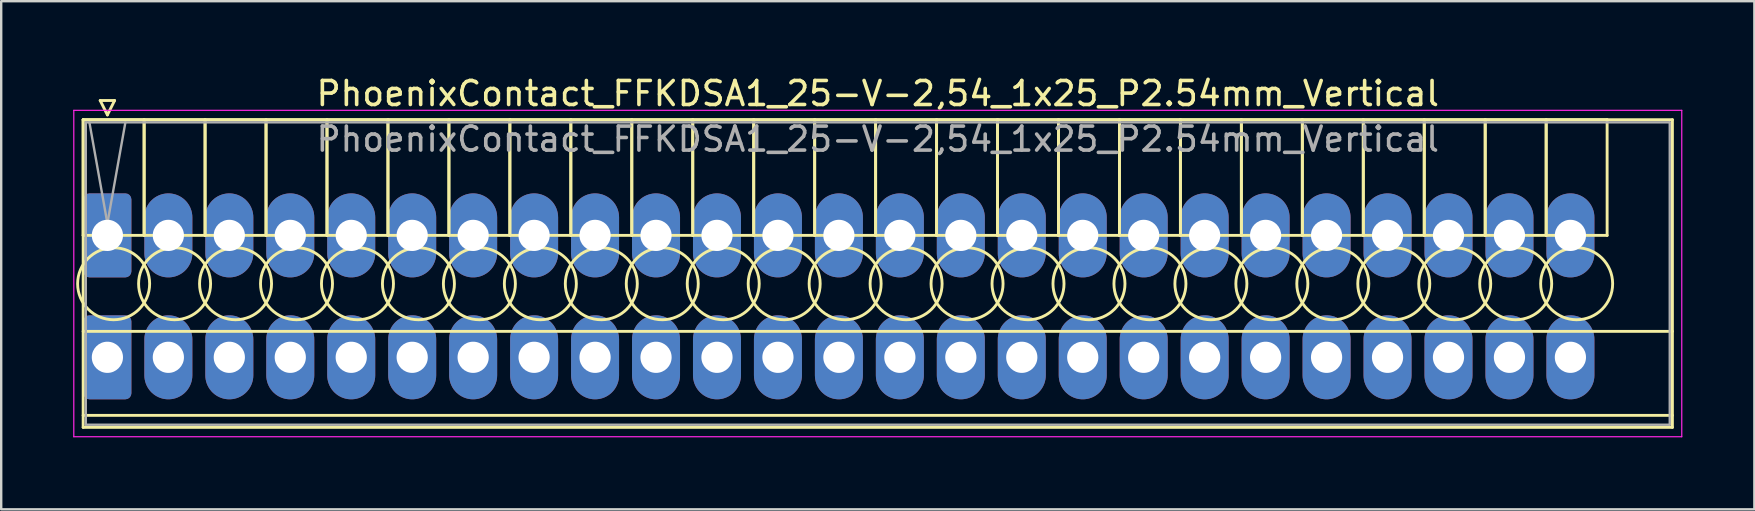
<source format=kicad_pcb>
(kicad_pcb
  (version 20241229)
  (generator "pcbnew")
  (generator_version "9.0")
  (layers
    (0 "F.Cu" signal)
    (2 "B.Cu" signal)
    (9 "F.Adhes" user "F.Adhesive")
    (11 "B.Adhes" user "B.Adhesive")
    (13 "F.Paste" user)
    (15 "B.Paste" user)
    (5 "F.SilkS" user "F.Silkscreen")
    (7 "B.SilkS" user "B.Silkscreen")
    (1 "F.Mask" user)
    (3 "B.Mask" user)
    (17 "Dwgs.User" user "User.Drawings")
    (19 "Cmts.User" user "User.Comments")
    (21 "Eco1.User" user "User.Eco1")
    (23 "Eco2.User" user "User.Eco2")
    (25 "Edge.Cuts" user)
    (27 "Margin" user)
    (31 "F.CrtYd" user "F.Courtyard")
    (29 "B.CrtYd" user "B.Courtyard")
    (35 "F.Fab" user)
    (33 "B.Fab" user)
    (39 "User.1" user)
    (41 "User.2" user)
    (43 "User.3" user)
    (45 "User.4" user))
  (footprint "PhoenixContact_FFKDSA1_25-V-2,54_1x25_P2.54mm_Vertical"
    (layer "F.Cu")
    (at 1.425 6.758)
    (property "Reference" "PhoenixContact_FFKDSA1_25-V-2,54_1x25_P2.54mm_Vertical" (at 32.1 -5.91 0) (layer "F.SilkS") (effects (font (size 1 1) (thickness 0.15))))
    (attr through_hole)
    (fp_line (start -1.01 -4.82) (end -1.01 0) (stroke (width 0.12) (type solid)) (layer "F.SilkS"))
    (fp_line (start -1.01 -4.82) (end -1.01 8) (stroke (width 0.12) (type solid)) (layer "F.SilkS"))
    (fp_line (start -1.01 0) (end 1.53 0) (stroke (width 0.12) (type solid)) (layer "F.SilkS"))
    (fp_line (start -1.01 4) (end 65.21 4) (stroke (width 0.12) (type solid)) (layer "F.SilkS"))
    (fp_line (start -1.01 7.5) (end 65.21 7.5) (stroke (width 0.12) (type solid)) (layer "F.SilkS"))
    (fp_line (start -1.01 8) (end 65.21 8) (stroke (width 0.12) (type solid)) (layer "F.SilkS"))
    (fp_line (start -0.3 -5.62) (end 0.3 -5.62) (stroke (width 0.12) (type solid)) (layer "F.SilkS"))
    (fp_line (start 0 -5.02) (end -0.3 -5.62) (stroke (width 0.12) (type solid)) (layer "F.SilkS"))
    (fp_line (start 0.3 -5.62) (end 0 -5.02) (stroke (width 0.12) (type solid)) (layer "F.SilkS"))
    (fp_line (start 1.53 -4.82) (end -1.01 -4.82) (stroke (width 0.12) (type solid)) (layer "F.SilkS"))
    (fp_line (start 1.53 -4.82) (end 1.53 0) (stroke (width 0.12) (type solid)) (layer "F.SilkS"))
    (fp_line (start 1.53 0) (end 1.53 -4.82) (stroke (width 0.12) (type solid)) (layer "F.SilkS"))
    (fp_line (start 1.53 0) (end 4.07 0) (stroke (width 0.12) (type solid)) (layer "F.SilkS"))
    (fp_line (start 4.07 -4.82) (end 1.53 -4.82) (stroke (width 0.12) (type solid)) (layer "F.SilkS"))
    (fp_line (start 4.07 -4.82) (end 4.07 0) (stroke (width 0.12) (type solid)) (layer "F.SilkS"))
    (fp_line (start 4.07 0) (end 4.07 -4.82) (stroke (width 0.12) (type solid)) (layer "F.SilkS"))
    (fp_line (start 4.07 0) (end 6.61 0) (stroke (width 0.12) (type solid)) (layer "F.SilkS"))
    (fp_line (start 6.61 -4.82) (end 4.07 -4.82) (stroke (width 0.12) (type solid)) (layer "F.SilkS"))
    (fp_line (start 6.61 -4.82) (end 6.61 0) (stroke (width 0.12) (type solid)) (layer "F.SilkS"))
    (fp_line (start 6.61 0) (end 6.61 -4.82) (stroke (width 0.12) (type solid)) (layer "F.SilkS"))
    (fp_line (start 6.61 0) (end 9.15 0) (stroke (width 0.12) (type solid)) (layer "F.SilkS"))
    (fp_line (start 9.15 -4.82) (end 6.61 -4.82) (stroke (width 0.12) (type solid)) (layer "F.SilkS"))
    (fp_line (start 9.15 -4.82) (end 9.15 0) (stroke (width 0.12) (type solid)) (layer "F.SilkS"))
    (fp_line (start 9.15 0) (end 9.15 -4.82) (stroke (width 0.12) (type solid)) (layer "F.SilkS"))
    (fp_line (start 9.15 0) (end 11.69 0) (stroke (width 0.12) (type solid)) (layer "F.SilkS"))
    (fp_line (start 11.69 -4.82) (end 9.15 -4.82) (stroke (width 0.12) (type solid)) (layer "F.SilkS"))
    (fp_line (start 11.69 -4.82) (end 11.69 0) (stroke (width 0.12) (type solid)) (layer "F.SilkS"))
    (fp_line (start 11.69 0) (end 11.69 -4.82) (stroke (width 0.12) (type solid)) (layer "F.SilkS"))
    (fp_line (start 11.69 0) (end 14.23 0) (stroke (width 0.12) (type solid)) (layer "F.SilkS"))
    (fp_line (start 14.23 -4.82) (end 11.69 -4.82) (stroke (width 0.12) (type solid)) (layer "F.SilkS"))
    (fp_line (start 14.23 -4.82) (end 14.23 0) (stroke (width 0.12) (type solid)) (layer "F.SilkS"))
    (fp_line (start 14.23 0) (end 14.23 -4.82) (stroke (width 0.12) (type solid)) (layer "F.SilkS"))
    (fp_line (start 14.23 0) (end 16.77 0) (stroke (width 0.12) (type solid)) (layer "F.SilkS"))
    (fp_line (start 16.77 -4.82) (end 14.23 -4.82) (stroke (width 0.12) (type solid)) (layer "F.SilkS"))
    (fp_line (start 16.77 -4.82) (end 16.77 0) (stroke (width 0.12) (type solid)) (layer "F.SilkS"))
    (fp_line (start 16.77 0) (end 16.77 -4.82) (stroke (width 0.12) (type solid)) (layer "F.SilkS"))
    (fp_line (start 16.77 0) (end 19.31 0) (stroke (width 0.12) (type solid)) (layer "F.SilkS"))
    (fp_line (start 19.31 -4.82) (end 16.77 -4.82) (stroke (width 0.12) (type solid)) (layer "F.SilkS"))
    (fp_line (start 19.31 -4.82) (end 19.31 0) (stroke (width 0.12) (type solid)) (layer "F.SilkS"))
    (fp_line (start 19.31 0) (end 19.31 -4.82) (stroke (width 0.12) (type solid)) (layer "F.SilkS"))
    (fp_line (start 19.31 0) (end 21.85 0) (stroke (width 0.12) (type solid)) (layer "F.SilkS"))
    (fp_line (start 21.85 -4.82) (end 19.31 -4.82) (stroke (width 0.12) (type solid)) (layer "F.SilkS"))
    (fp_line (start 21.85 -4.82) (end 21.85 0) (stroke (width 0.12) (type solid)) (layer "F.SilkS"))
    (fp_line (start 21.85 0) (end 21.85 -4.82) (stroke (width 0.12) (type solid)) (layer "F.SilkS"))
    (fp_line (start 21.85 0) (end 24.39 0) (stroke (width 0.12) (type solid)) (layer "F.SilkS"))
    (fp_line (start 24.39 -4.82) (end 21.85 -4.82) (stroke (width 0.12) (type solid)) (layer "F.SilkS"))
    (fp_line (start 24.39 -4.82) (end 24.39 0) (stroke (width 0.12) (type solid)) (layer "F.SilkS"))
    (fp_line (start 24.39 0) (end 24.39 -4.82) (stroke (width 0.12) (type solid)) (layer "F.SilkS"))
    (fp_line (start 24.39 0) (end 26.93 0) (stroke (width 0.12) (type solid)) (layer "F.SilkS"))
    (fp_line (start 26.93 -4.82) (end 24.39 -4.82) (stroke (width 0.12) (type solid)) (layer "F.SilkS"))
    (fp_line (start 26.93 -4.82) (end 26.93 0) (stroke (width 0.12) (type solid)) (layer "F.SilkS"))
    (fp_line (start 26.93 0) (end 26.93 -4.82) (stroke (width 0.12) (type solid)) (layer "F.SilkS"))
    (fp_line (start 26.93 0) (end 29.47 0) (stroke (width 0.12) (type solid)) (layer "F.SilkS"))
    (fp_line (start 29.47 -4.82) (end 26.93 -4.82) (stroke (width 0.12) (type solid)) (layer "F.SilkS"))
    (fp_line (start 29.47 -4.82) (end 29.47 0) (stroke (width 0.12) (type solid)) (layer "F.SilkS"))
    (fp_line (start 29.47 0) (end 29.47 -4.82) (stroke (width 0.12) (type solid)) (layer "F.SilkS"))
    (fp_line (start 29.47 0) (end 32.01 0) (stroke (width 0.12) (type solid)) (layer "F.SilkS"))
    (fp_line (start 32.01 -4.82) (end 29.47 -4.82) (stroke (width 0.12) (type solid)) (layer "F.SilkS"))
    (fp_line (start 32.01 -4.82) (end 32.01 0) (stroke (width 0.12) (type solid)) (layer "F.SilkS"))
    (fp_line (start 32.01 0) (end 32.01 -4.82) (stroke (width 0.12) (type solid)) (layer "F.SilkS"))
    (fp_line (start 32.01 0) (end 34.55 0) (stroke (width 0.12) (type solid)) (layer "F.SilkS"))
    (fp_line (start 34.55 -4.82) (end 32.01 -4.82) (stroke (width 0.12) (type solid)) (layer "F.SilkS"))
    (fp_line (start 34.55 -4.82) (end 34.55 0) (stroke (width 0.12) (type solid)) (layer "F.SilkS"))
    (fp_line (start 34.55 0) (end 34.55 -4.82) (stroke (width 0.12) (type solid)) (layer "F.SilkS"))
    (fp_line (start 34.55 0) (end 37.09 0) (stroke (width 0.12) (type solid)) (layer "F.SilkS"))
    (fp_line (start 37.09 -4.82) (end 34.55 -4.82) (stroke (width 0.12) (type solid)) (layer "F.SilkS"))
    (fp_line (start 37.09 -4.82) (end 37.09 0) (stroke (width 0.12) (type solid)) (layer "F.SilkS"))
    (fp_line (start 37.09 0) (end 37.09 -4.82) (stroke (width 0.12) (type solid)) (layer "F.SilkS"))
    (fp_line (start 37.09 0) (end 39.63 0) (stroke (width 0.12) (type solid)) (layer "F.SilkS"))
    (fp_line (start 39.63 -4.82) (end 37.09 -4.82) (stroke (width 0.12) (type solid)) (layer "F.SilkS"))
    (fp_line (start 39.63 -4.82) (end 39.63 0) (stroke (width 0.12) (type solid)) (layer "F.SilkS"))
    (fp_line (start 39.63 0) (end 39.63 -4.82) (stroke (width 0.12) (type solid)) (layer "F.SilkS"))
    (fp_line (start 39.63 0) (end 42.17 0) (stroke (width 0.12) (type solid)) (layer "F.SilkS"))
    (fp_line (start 42.17 -4.82) (end 39.63 -4.82) (stroke (width 0.12) (type solid)) (layer "F.SilkS"))
    (fp_line (start 42.17 -4.82) (end 42.17 0) (stroke (width 0.12) (type solid)) (layer "F.SilkS"))
    (fp_line (start 42.17 0) (end 42.17 -4.82) (stroke (width 0.12) (type solid)) (layer "F.SilkS"))
    (fp_line (start 42.17 0) (end 44.71 0) (stroke (width 0.12) (type solid)) (layer "F.SilkS"))
    (fp_line (start 44.71 -4.82) (end 42.17 -4.82) (stroke (width 0.12) (type solid)) (layer "F.SilkS"))
    (fp_line (start 44.71 -4.82) (end 44.71 0) (stroke (width 0.12) (type solid)) (layer "F.SilkS"))
    (fp_line (start 44.71 0) (end 44.71 -4.82) (stroke (width 0.12) (type solid)) (layer "F.SilkS"))
    (fp_line (start 44.71 0) (end 47.25 0) (stroke (width 0.12) (type solid)) (layer "F.SilkS"))
    (fp_line (start 47.25 -4.82) (end 44.71 -4.82) (stroke (width 0.12) (type solid)) (layer "F.SilkS"))
    (fp_line (start 47.25 -4.82) (end 47.25 0) (stroke (width 0.12) (type solid)) (layer "F.SilkS"))
    (fp_line (start 47.25 0) (end 47.25 -4.82) (stroke (width 0.12) (type solid)) (layer "F.SilkS"))
    (fp_line (start 47.25 0) (end 49.79 0) (stroke (width 0.12) (type solid)) (layer "F.SilkS"))
    (fp_line (start 49.79 -4.82) (end 47.25 -4.82) (stroke (width 0.12) (type solid)) (layer "F.SilkS"))
    (fp_line (start 49.79 -4.82) (end 49.79 0) (stroke (width 0.12) (type solid)) (layer "F.SilkS"))
    (fp_line (start 49.79 0) (end 49.79 -4.82) (stroke (width 0.12) (type solid)) (layer "F.SilkS"))
    (fp_line (start 49.79 0) (end 52.33 0) (stroke (width 0.12) (type solid)) (layer "F.SilkS"))
    (fp_line (start 52.33 -4.82) (end 49.79 -4.82) (stroke (width 0.12) (type solid)) (layer "F.SilkS"))
    (fp_line (start 52.33 -4.82) (end 52.33 0) (stroke (width 0.12) (type solid)) (layer "F.SilkS"))
    (fp_line (start 52.33 0) (end 52.33 -4.82) (stroke (width 0.12) (type solid)) (layer "F.SilkS"))
    (fp_line (start 52.33 0) (end 54.87 0) (stroke (width 0.12) (type solid)) (layer "F.SilkS"))
    (fp_line (start 54.87 -4.82) (end 52.33 -4.82) (stroke (width 0.12) (type solid)) (layer "F.SilkS"))
    (fp_line (start 54.87 -4.82) (end 54.87 0) (stroke (width 0.12) (type solid)) (layer "F.SilkS"))
    (fp_line (start 54.87 0) (end 54.87 -4.82) (stroke (width 0.12) (type solid)) (layer "F.SilkS"))
    (fp_line (start 54.87 0) (end 57.41 0) (stroke (width 0.12) (type solid)) (layer "F.SilkS"))
    (fp_line (start 57.41 -4.82) (end 54.87 -4.82) (stroke (width 0.12) (type solid)) (layer "F.SilkS"))
    (fp_line (start 57.41 -4.82) (end 57.41 0) (stroke (width 0.12) (type solid)) (layer "F.SilkS"))
    (fp_line (start 57.41 0) (end 57.41 -4.82) (stroke (width 0.12) (type solid)) (layer "F.SilkS"))
    (fp_line (start 57.41 0) (end 59.95 0) (stroke (width 0.12) (type solid)) (layer "F.SilkS"))
    (fp_line (start 59.95 -4.82) (end 57.41 -4.82) (stroke (width 0.12) (type solid)) (layer "F.SilkS"))
    (fp_line (start 59.95 -4.82) (end 59.95 0) (stroke (width 0.12) (type solid)) (layer "F.SilkS"))
    (fp_line (start 59.95 0) (end 59.95 -4.82) (stroke (width 0.12) (type solid)) (layer "F.SilkS"))
    (fp_line (start 59.95 0) (end 62.49 0) (stroke (width 0.12) (type solid)) (layer "F.SilkS"))
    (fp_line (start 62.49 -4.82) (end 59.95 -4.82) (stroke (width 0.12) (type solid)) (layer "F.SilkS"))
    (fp_line (start 62.49 0) (end 62.49 -4.82) (stroke (width 0.12) (type solid)) (layer "F.SilkS"))
    (fp_line (start 65.21 -4.82) (end -1.01 -4.82) (stroke (width 0.12) (type solid)) (layer "F.SilkS"))
    (fp_line (start 65.21 8) (end 65.21 -4.82) (stroke (width 0.12) (type solid)) (layer "F.SilkS"))
    (fp_circle (center 0.26 2.015) (end 1.76 2.015) (stroke (width 0.12) (type solid)) (fill no) (layer "F.SilkS"))
    (fp_circle (center 2.8 2.015) (end 4.3 2.015) (stroke (width 0.12) (type solid)) (fill no) (layer "F.SilkS"))
    (fp_circle (center 5.34 2.015) (end 6.84 2.015) (stroke (width 0.12) (type solid)) (fill no) (layer "F.SilkS"))
    (fp_circle (center 7.88 2.015) (end 9.38 2.015) (stroke (width 0.12) (type solid)) (fill no) (layer "F.SilkS"))
    (fp_circle (center 10.42 2.015) (end 11.92 2.015) (stroke (width 0.12) (type solid)) (fill no) (layer "F.SilkS"))
    (fp_circle (center 12.96 2.015) (end 14.46 2.015) (stroke (width 0.12) (type solid)) (fill no) (layer "F.SilkS"))
    (fp_circle (center 15.5 2.015) (end 17 2.015) (stroke (width 0.12) (type solid)) (fill no) (layer "F.SilkS"))
    (fp_circle (center 18.04 2.015) (end 19.54 2.015) (stroke (width 0.12) (type solid)) (fill no) (layer "F.SilkS"))
    (fp_circle (center 20.58 2.015) (end 22.08 2.015) (stroke (width 0.12) (type solid)) (fill no) (layer "F.SilkS"))
    (fp_circle (center 23.12 2.015) (end 24.62 2.015) (stroke (width 0.12) (type solid)) (fill no) (layer "F.SilkS"))
    (fp_circle (center 25.66 2.015) (end 27.16 2.015) (stroke (width 0.12) (type solid)) (fill no) (layer "F.SilkS"))
    (fp_circle (center 28.2 2.015) (end 29.7 2.015) (stroke (width 0.12) (type solid)) (fill no) (layer "F.SilkS"))
    (fp_circle (center 30.74 2.015) (end 32.24 2.015) (stroke (width 0.12) (type solid)) (fill no) (layer "F.SilkS"))
    (fp_circle (center 33.28 2.015) (end 34.78 2.015) (stroke (width 0.12) (type solid)) (fill no) (layer "F.SilkS"))
    (fp_circle (center 35.82 2.015) (end 37.32 2.015) (stroke (width 0.12) (type solid)) (fill no) (layer "F.SilkS"))
    (fp_circle (center 38.36 2.015) (end 39.86 2.015) (stroke (width 0.12) (type solid)) (fill no) (layer "F.SilkS"))
    (fp_circle (center 40.9 2.015) (end 42.4 2.015) (stroke (width 0.12) (type solid)) (fill no) (layer "F.SilkS"))
    (fp_circle (center 43.44 2.015) (end 44.94 2.015) (stroke (width 0.12) (type solid)) (fill no) (layer "F.SilkS"))
    (fp_circle (center 45.98 2.015) (end 47.48 2.015) (stroke (width 0.12) (type solid)) (fill no) (layer "F.SilkS"))
    (fp_circle (center 48.52 2.015) (end 50.02 2.015) (stroke (width 0.12) (type solid)) (fill no) (layer "F.SilkS"))
    (fp_circle (center 51.06 2.015) (end 52.56 2.015) (stroke (width 0.12) (type solid)) (fill no) (layer "F.SilkS"))
    (fp_circle (center 53.6 2.015) (end 55.1 2.015) (stroke (width 0.12) (type solid)) (fill no) (layer "F.SilkS"))
    (fp_circle (center 56.14 2.015) (end 57.64 2.015) (stroke (width 0.12) (type solid)) (fill no) (layer "F.SilkS"))
    (fp_circle (center 58.68 2.015) (end 60.18 2.015) (stroke (width 0.12) (type solid)) (fill no) (layer "F.SilkS"))
    (fp_circle (center 61.22 2.015) (end 62.72 2.015) (stroke (width 0.12) (type solid)) (fill no) (layer "F.SilkS"))
    (fp_line (start -1.4 -5.21) (end -1.4 8.39) (stroke (width 0.05) (type solid)) (layer "F.CrtYd"))
    (fp_line (start -1.4 8.39) (end 65.6 8.39) (stroke (width 0.05) (type solid)) (layer "F.CrtYd"))
    (fp_line (start 65.6 -5.21) (end -1.4 -5.21) (stroke (width 0.05) (type solid)) (layer "F.CrtYd"))
    (fp_line (start 65.6 8.39) (end 65.6 -5.21) (stroke (width 0.05) (type solid)) (layer "F.CrtYd"))
    (fp_line (start -0.9 -4.71) (end -0.9 7.89) (stroke (width 0.1) (type solid)) (layer "F.Fab"))
    (fp_line (start -0.9 7.89) (end 65.1 7.89) (stroke (width 0.1) (type solid)) (layer "F.Fab"))
    (fp_line (start 0 -0.5) (end -0.75 -4.71) (stroke (width 0.1) (type solid)) (layer "F.Fab"))
    (fp_line (start 0.75 -4.71) (end 0 -0.5) (stroke (width 0.1) (type solid)) (layer "F.Fab"))
    (fp_line (start 65.1 -4.71) (end -0.9 -4.71) (stroke (width 0.1) (type solid)) (layer "F.Fab"))
    (fp_line (start 65.1 7.89) (end 65.1 -4.71) (stroke (width 0.1) (type solid)) (layer "F.Fab"))
    (fp_text user "${REFERENCE}" (at 32.1 -4.01 0) (layer "F.Fab") (effects (font (size 1 1) (thickness 0.15))))
    (pad "1" thru_hole roundrect (at 0 0) (size 2 3.5) (drill 1.3) (layers "*.Cu" "*.Mask") (roundrect_rratio 0.125))
    (pad "1" thru_hole roundrect (at 0 5.08) (size 2 3.5) (drill 1.3) (layers "*.Cu" "*.Mask") (roundrect_rratio 0.125))
    (pad "2" thru_hole oval (at 2.54 0) (size 2 3.5) (drill 1.3) (layers "*.Cu" "*.Mask"))
    (pad "2" thru_hole oval (at 2.54 5.08) (size 2 3.5) (drill 1.3) (layers "*.Cu" "*.Mask"))
    (pad "3" thru_hole oval (at 5.08 0) (size 2 3.5) (drill 1.3) (layers "*.Cu" "*.Mask"))
    (pad "3" thru_hole oval (at 5.08 5.08) (size 2 3.5) (drill 1.3) (layers "*.Cu" "*.Mask"))
    (pad "4" thru_hole oval (at 7.62 0) (size 2 3.5) (drill 1.3) (layers "*.Cu" "*.Mask"))
    (pad "4" thru_hole oval (at 7.62 5.08) (size 2 3.5) (drill 1.3) (layers "*.Cu" "*.Mask"))
    (pad "5" thru_hole oval (at 10.16 0) (size 2 3.5) (drill 1.3) (layers "*.Cu" "*.Mask"))
    (pad "5" thru_hole oval (at 10.16 5.08) (size 2 3.5) (drill 1.3) (layers "*.Cu" "*.Mask"))
    (pad "6" thru_hole oval (at 12.7 0) (size 2 3.5) (drill 1.3) (layers "*.Cu" "*.Mask"))
    (pad "6" thru_hole oval (at 12.7 5.08) (size 2 3.5) (drill 1.3) (layers "*.Cu" "*.Mask"))
    (pad "7" thru_hole oval (at 15.24 0) (size 2 3.5) (drill 1.3) (layers "*.Cu" "*.Mask"))
    (pad "7" thru_hole oval (at 15.24 5.08) (size 2 3.5) (drill 1.3) (layers "*.Cu" "*.Mask"))
    (pad "8" thru_hole oval (at 17.78 0) (size 2 3.5) (drill 1.3) (layers "*.Cu" "*.Mask"))
    (pad "8" thru_hole oval (at 17.78 5.08) (size 2 3.5) (drill 1.3) (layers "*.Cu" "*.Mask"))
    (pad "9" thru_hole oval (at 20.32 0) (size 2 3.5) (drill 1.3) (layers "*.Cu" "*.Mask"))
    (pad "9" thru_hole oval (at 20.32 5.08) (size 2 3.5) (drill 1.3) (layers "*.Cu" "*.Mask"))
    (pad "10" thru_hole oval (at 22.86 0) (size 2 3.5) (drill 1.3) (layers "*.Cu" "*.Mask"))
    (pad "10" thru_hole oval (at 22.86 5.08) (size 2 3.5) (drill 1.3) (layers "*.Cu" "*.Mask"))
    (pad "11" thru_hole oval (at 25.4 0) (size 2 3.5) (drill 1.3) (layers "*.Cu" "*.Mask"))
    (pad "11" thru_hole oval (at 25.4 5.08) (size 2 3.5) (drill 1.3) (layers "*.Cu" "*.Mask"))
    (pad "12" thru_hole oval (at 27.94 0) (size 2 3.5) (drill 1.3) (layers "*.Cu" "*.Mask"))
    (pad "12" thru_hole oval (at 27.94 5.08) (size 2 3.5) (drill 1.3) (layers "*.Cu" "*.Mask"))
    (pad "13" thru_hole oval (at 30.48 0) (size 2 3.5) (drill 1.3) (layers "*.Cu" "*.Mask"))
    (pad "13" thru_hole oval (at 30.48 5.08) (size 2 3.5) (drill 1.3) (layers "*.Cu" "*.Mask"))
    (pad "14" thru_hole oval (at 33.02 0) (size 2 3.5) (drill 1.3) (layers "*.Cu" "*.Mask"))
    (pad "14" thru_hole oval (at 33.02 5.08) (size 2 3.5) (drill 1.3) (layers "*.Cu" "*.Mask"))
    (pad "15" thru_hole oval (at 35.56 0) (size 2 3.5) (drill 1.3) (layers "*.Cu" "*.Mask"))
    (pad "15" thru_hole oval (at 35.56 5.08) (size 2 3.5) (drill 1.3) (layers "*.Cu" "*.Mask"))
    (pad "16" thru_hole oval (at 38.1 0) (size 2 3.5) (drill 1.3) (layers "*.Cu" "*.Mask"))
    (pad "16" thru_hole oval (at 38.1 5.08) (size 2 3.5) (drill 1.3) (layers "*.Cu" "*.Mask"))
    (pad "17" thru_hole oval (at 40.64 0) (size 2 3.5) (drill 1.3) (layers "*.Cu" "*.Mask"))
    (pad "17" thru_hole oval (at 40.64 5.08) (size 2 3.5) (drill 1.3) (layers "*.Cu" "*.Mask"))
    (pad "18" thru_hole oval (at 43.18 0) (size 2 3.5) (drill 1.3) (layers "*.Cu" "*.Mask"))
    (pad "18" thru_hole oval (at 43.18 5.08) (size 2 3.5) (drill 1.3) (layers "*.Cu" "*.Mask"))
    (pad "19" thru_hole oval (at 45.72 0) (size 2 3.5) (drill 1.3) (layers "*.Cu" "*.Mask"))
    (pad "19" thru_hole oval (at 45.72 5.08) (size 2 3.5) (drill 1.3) (layers "*.Cu" "*.Mask"))
    (pad "20" thru_hole oval (at 48.26 0) (size 2 3.5) (drill 1.3) (layers "*.Cu" "*.Mask"))
    (pad "20" thru_hole oval (at 48.26 5.08) (size 2 3.5) (drill 1.3) (layers "*.Cu" "*.Mask"))
    (pad "21" thru_hole oval (at 50.8 0) (size 2 3.5) (drill 1.3) (layers "*.Cu" "*.Mask"))
    (pad "21" thru_hole oval (at 50.8 5.08) (size 2 3.5) (drill 1.3) (layers "*.Cu" "*.Mask"))
    (pad "22" thru_hole oval (at 53.34 0) (size 2 3.5) (drill 1.3) (layers "*.Cu" "*.Mask"))
    (pad "22" thru_hole oval (at 53.34 5.08) (size 2 3.5) (drill 1.3) (layers "*.Cu" "*.Mask"))
    (pad "23" thru_hole oval (at 55.88 0) (size 2 3.5) (drill 1.3) (layers "*.Cu" "*.Mask"))
    (pad "23" thru_hole oval (at 55.88 5.08) (size 2 3.5) (drill 1.3) (layers "*.Cu" "*.Mask"))
    (pad "24" thru_hole oval (at 58.42 0) (size 2 3.5) (drill 1.3) (layers "*.Cu" "*.Mask"))
    (pad "24" thru_hole oval (at 58.42 5.08) (size 2 3.5) (drill 1.3) (layers "*.Cu" "*.Mask"))
    (pad "25" thru_hole oval (at 60.96 0) (size 2 3.5) (drill 1.3) (layers "*.Cu" "*.Mask"))
    (pad "25" thru_hole oval (at 60.96 5.08) (size 2 3.5) (drill 1.3) (layers "*.Cu" "*.Mask")))
  (gr_rect
    (start -3 -3)
    (end 70.05 18.173)
    (stroke (width 0.1) (type default))
    (fill no)
    (layer "Edge.Cuts")))
</source>
